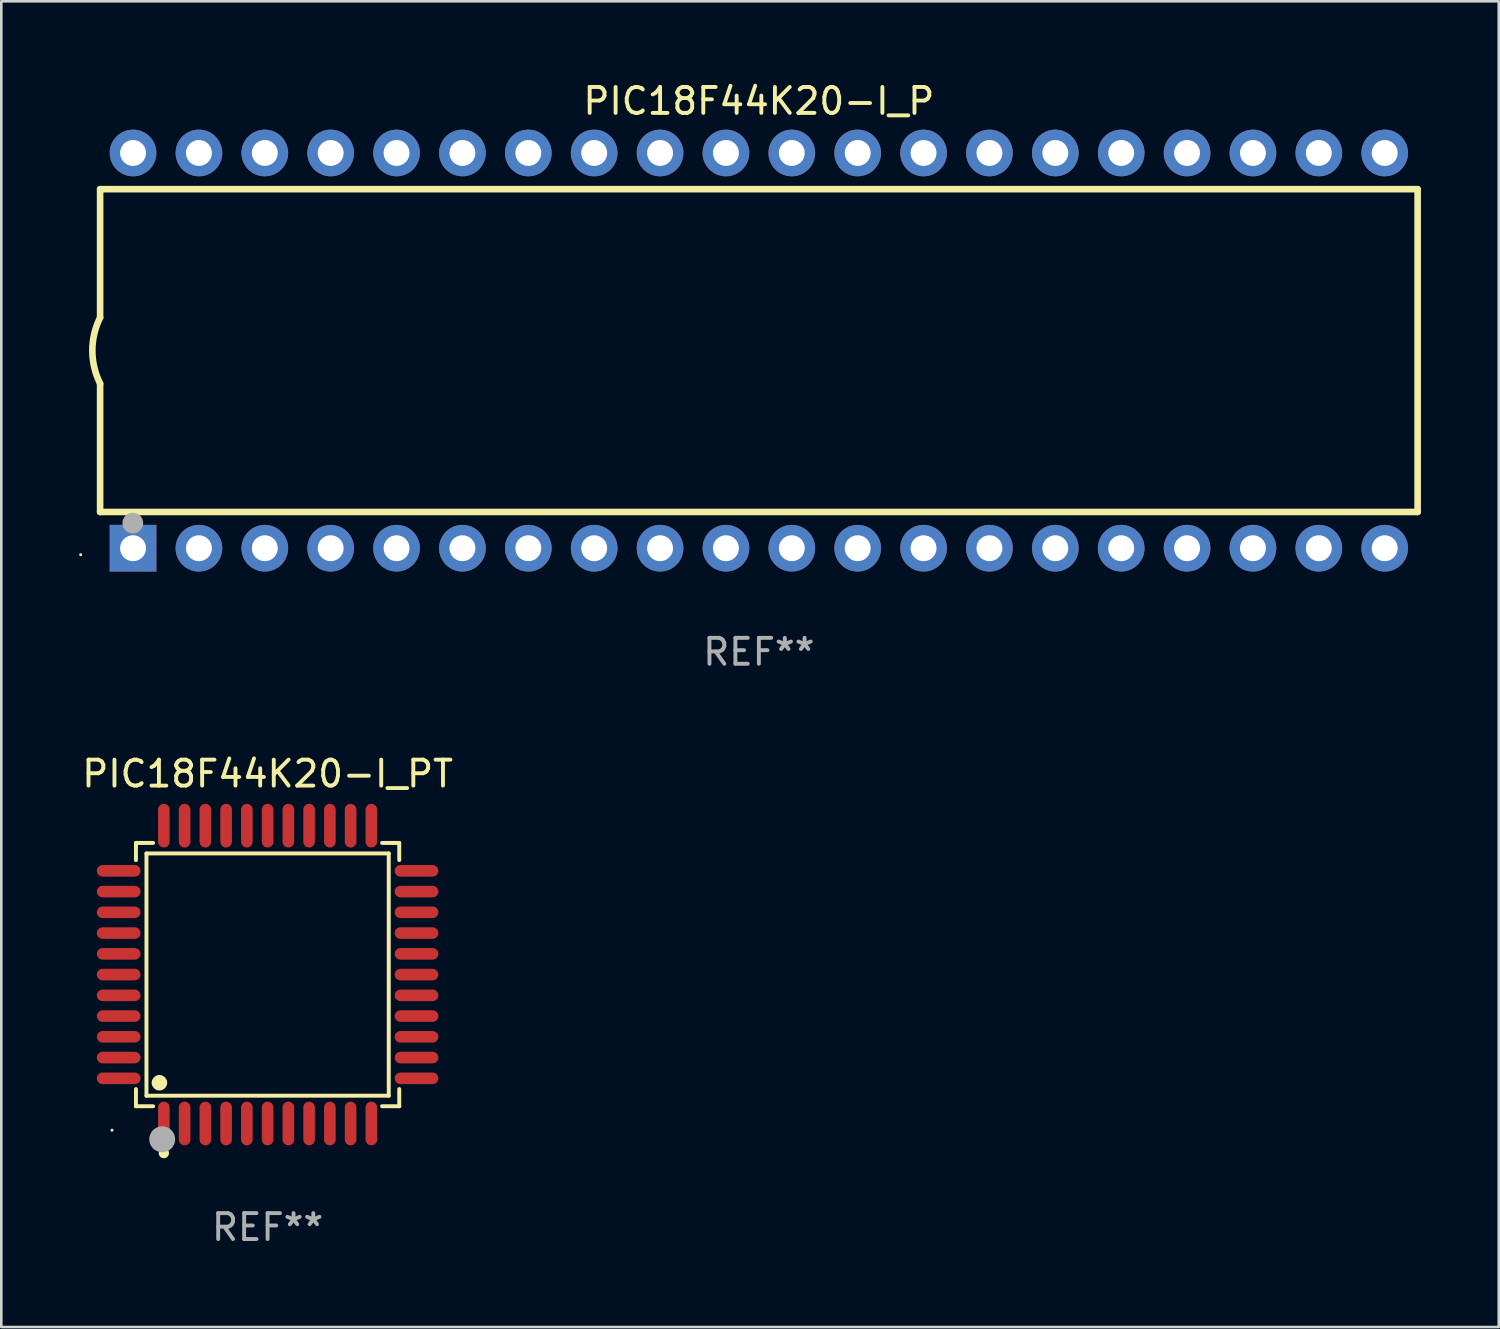
<source format=kicad_pcb>
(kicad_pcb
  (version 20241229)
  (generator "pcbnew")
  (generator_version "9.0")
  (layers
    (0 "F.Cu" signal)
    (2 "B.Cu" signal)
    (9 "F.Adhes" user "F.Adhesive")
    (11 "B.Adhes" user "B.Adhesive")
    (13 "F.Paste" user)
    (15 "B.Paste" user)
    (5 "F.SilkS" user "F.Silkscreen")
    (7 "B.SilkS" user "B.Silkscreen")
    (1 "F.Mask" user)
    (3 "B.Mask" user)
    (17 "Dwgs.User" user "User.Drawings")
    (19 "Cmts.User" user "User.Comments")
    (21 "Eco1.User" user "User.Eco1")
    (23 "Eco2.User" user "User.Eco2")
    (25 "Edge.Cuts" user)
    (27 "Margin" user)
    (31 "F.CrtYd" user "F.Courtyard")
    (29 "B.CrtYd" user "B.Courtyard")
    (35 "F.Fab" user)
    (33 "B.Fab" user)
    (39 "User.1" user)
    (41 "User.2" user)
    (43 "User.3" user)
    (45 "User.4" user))
  (footprint "PIC18F44K20-I_P"
    (layer "F.Cu")
    (at 26.21 10.468)
    (property "Reference" "PIC18F44K20-I_P" (at 0 -9.62 0) (layer "F.SilkS") (effects (font (size 1 1) (thickness 0.15))))
    (attr through_hole)
    (fp_line (start -25.4 -6.224) (end -25.4 -1.271) (stroke (width 0.254) (type solid)) (layer "F.SilkS"))
    (fp_line (start -25.4 -6.224) (end 25.4 -6.224) (stroke (width 0.254) (type solid)) (layer "F.SilkS"))
    (fp_line (start -25.4 1.269) (end -25.4 6.222) (stroke (width 0.254) (type solid)) (layer "F.SilkS"))
    (fp_line (start -25.4 6.222) (end 25.4 6.222) (stroke (width 0.254) (type solid)) (layer "F.SilkS"))
    (fp_line (start 25.4 6.222) (end 25.4 -6.224) (stroke (width 0.254) (type solid)) (layer "F.SilkS"))
    (fp_arc (start -25.4 1.269241) (mid -25.699807 -0.000762) (end -25.4 -1.270765) (stroke (width 0.254001) (type solid)) (layer "F.SilkS"))
    (fp_circle (center -26.15 7.87) (end -26.12 7.87) (stroke (width 0.06) (type solid)) (fill no) (layer "F.SilkS"))
    (fp_circle (center -24.14 6.65) (end -23.94 6.65) (stroke (width 0.4) (type solid)) (fill no) (layer "F.Fab"))
    (fp_text user "REF**" (at 0 11.62 0) (layer "F.Fab") (effects (font (size 1 1) (thickness 0.15))))
    (pad "1" thru_hole rect (at -24.13 7.62 90) (size 1.8 1.8) (drill 1) (layers "*.Cu" "*.Mask"))
    (pad "2" thru_hole circle (at -21.59 7.62) (size 1.8 1.8) (drill 1) (layers "*.Cu" "*.Mask"))
    (pad "3" thru_hole circle (at -19.05 7.62) (size 1.8 1.8) (drill 1) (layers "*.Cu" "*.Mask"))
    (pad "4" thru_hole circle (at -16.51 7.62) (size 1.8 1.8) (drill 1) (layers "*.Cu" "*.Mask"))
    (pad "5" thru_hole circle (at -13.97 7.62) (size 1.8 1.8) (drill 1) (layers "*.Cu" "*.Mask"))
    (pad "6" thru_hole circle (at -11.43 7.62) (size 1.8 1.8) (drill 1) (layers "*.Cu" "*.Mask"))
    (pad "7" thru_hole circle (at -8.89 7.62) (size 1.8 1.8) (drill 1) (layers "*.Cu" "*.Mask"))
    (pad "8" thru_hole circle (at -6.35 7.62) (size 1.8 1.8) (drill 1) (layers "*.Cu" "*.Mask"))
    (pad "9" thru_hole circle (at -3.81 7.62) (size 1.8 1.8) (drill 1) (layers "*.Cu" "*.Mask"))
    (pad "10" thru_hole circle (at -1.27 7.62) (size 1.8 1.8) (drill 1) (layers "*.Cu" "*.Mask"))
    (pad "11" thru_hole circle (at 1.27 7.62) (size 1.8 1.8) (drill 1) (layers "*.Cu" "*.Mask"))
    (pad "12" thru_hole circle (at 3.81 7.62) (size 1.8 1.8) (drill 1) (layers "*.Cu" "*.Mask"))
    (pad "13" thru_hole circle (at 6.35 7.62) (size 1.8 1.8) (drill 1) (layers "*.Cu" "*.Mask"))
    (pad "14" thru_hole circle (at 8.89 7.62) (size 1.8 1.8) (drill 1) (layers "*.Cu" "*.Mask"))
    (pad "15" thru_hole circle (at 11.43 7.62) (size 1.8 1.8) (drill 1) (layers "*.Cu" "*.Mask"))
    (pad "16" thru_hole circle (at 13.97 7.62) (size 1.8 1.8) (drill 1) (layers "*.Cu" "*.Mask"))
    (pad "17" thru_hole circle (at 16.51 7.62) (size 1.8 1.8) (drill 1) (layers "*.Cu" "*.Mask"))
    (pad "18" thru_hole circle (at 19.05 7.62) (size 1.8 1.8) (drill 1) (layers "*.Cu" "*.Mask"))
    (pad "19" thru_hole circle (at 21.59 7.62) (size 1.8 1.8) (drill 1) (layers "*.Cu" "*.Mask"))
    (pad "20" thru_hole circle (at 24.13 7.62) (size 1.8 1.8) (drill 1) (layers "*.Cu" "*.Mask"))
    (pad "21" thru_hole circle (at 24.13 -7.62) (size 1.8 1.8) (drill 1) (layers "*.Cu" "*.Mask"))
    (pad "22" thru_hole circle (at 21.59 -7.62) (size 1.8 1.8) (drill 1) (layers "*.Cu" "*.Mask"))
    (pad "23" thru_hole circle (at 19.05 -7.62) (size 1.8 1.8) (drill 1) (layers "*.Cu" "*.Mask"))
    (pad "24" thru_hole circle (at 16.51 -7.62) (size 1.8 1.8) (drill 1) (layers "*.Cu" "*.Mask"))
    (pad "25" thru_hole circle (at 13.97 -7.62) (size 1.8 1.8) (drill 1) (layers "*.Cu" "*.Mask"))
    (pad "26" thru_hole circle (at 11.43 -7.62) (size 1.8 1.8) (drill 1) (layers "*.Cu" "*.Mask"))
    (pad "27" thru_hole circle (at 8.89 -7.62) (size 1.8 1.8) (drill 1) (layers "*.Cu" "*.Mask"))
    (pad "28" thru_hole circle (at 6.35 -7.62) (size 1.8 1.8) (drill 1) (layers "*.Cu" "*.Mask"))
    (pad "29" thru_hole circle (at 3.81 -7.62) (size 1.8 1.8) (drill 1) (layers "*.Cu" "*.Mask"))
    (pad "30" thru_hole circle (at 1.27 -7.62) (size 1.8 1.8) (drill 1) (layers "*.Cu" "*.Mask"))
    (pad "31" thru_hole circle (at -1.27 -7.62) (size 1.8 1.8) (drill 1) (layers "*.Cu" "*.Mask"))
    (pad "32" thru_hole circle (at -3.81 -7.62) (size 1.8 1.8) (drill 1) (layers "*.Cu" "*.Mask"))
    (pad "33" thru_hole circle (at -6.35 -7.62) (size 1.8 1.8) (drill 1) (layers "*.Cu" "*.Mask"))
    (pad "34" thru_hole circle (at -8.89 -7.62) (size 1.8 1.8) (drill 1) (layers "*.Cu" "*.Mask"))
    (pad "35" thru_hole circle (at -11.43 -7.62) (size 1.8 1.8) (drill 1) (layers "*.Cu" "*.Mask"))
    (pad "36" thru_hole circle (at -13.97 -7.62) (size 1.8 1.8) (drill 1) (layers "*.Cu" "*.Mask"))
    (pad "37" thru_hole circle (at -16.51 -7.62) (size 1.8 1.8) (drill 1) (layers "*.Cu" "*.Mask"))
    (pad "38" thru_hole circle (at -19.05 -7.62) (size 1.8 1.8) (drill 1) (layers "*.Cu" "*.Mask"))
    (pad "39" thru_hole circle (at -21.59 -7.62) (size 1.8 1.8) (drill 1) (layers "*.Cu" "*.Mask"))
    (pad "40" thru_hole circle (at -24.13 -7.62) (size 1.8 1.8) (drill 1) (layers "*.Cu" "*.Mask")))
  (footprint "PIC18F44K20-I_PT"
    (layer "F.Cu")
    (at 7.268 34.527)
    (property "Reference" "PIC18F44K20-I_PT" (at 0 -7.742 0) (layer "F.SilkS") (effects (font (size 1 1) (thickness 0.15))))
    (attr through_hole)
    (fp_line (start -5.076 -5.076) (end -4.415 -5.076) (stroke (width 0.152) (type solid)) (layer "F.SilkS"))
    (fp_line (start -5.076 -4.415) (end -5.076 -5.076) (stroke (width 0.152) (type solid)) (layer "F.SilkS"))
    (fp_line (start -5.076 4.415) (end -5.076 5.076) (stroke (width 0.152) (type solid)) (layer "F.SilkS"))
    (fp_line (start -5.076 5.076) (end -4.415 5.076) (stroke (width 0.152) (type solid)) (layer "F.SilkS"))
    (fp_line (start -4.671 -4.671) (end 4.671 -4.671) (stroke (width 0.152) (type solid)) (layer "F.SilkS"))
    (fp_line (start -4.671 4.671) (end -4.671 -4.671) (stroke (width 0.152) (type solid)) (layer "F.SilkS"))
    (fp_line (start 4.671 -4.671) (end 4.671 4.671) (stroke (width 0.152) (type solid)) (layer "F.SilkS"))
    (fp_line (start 4.671 4.671) (end -4.671 4.671) (stroke (width 0.152) (type solid)) (layer "F.SilkS"))
    (fp_line (start 5.076 -5.076) (end 4.415 -5.076) (stroke (width 0.152) (type solid)) (layer "F.SilkS"))
    (fp_line (start 5.076 -4.415) (end 5.076 -5.076) (stroke (width 0.152) (type solid)) (layer "F.SilkS"))
    (fp_line (start 5.076 4.415) (end 5.076 5.076) (stroke (width 0.152) (type solid)) (layer "F.SilkS"))
    (fp_line (start 5.076 5.076) (end 4.415 5.076) (stroke (width 0.152) (type solid)) (layer "F.SilkS"))
    (fp_circle (center -6 6) (end -5.97 6) (stroke (width 0.06) (type solid)) (fill no) (layer "F.SilkS"))
    (fp_circle (center -4.171 4.171) (end -4.021 4.171) (stroke (width 0.3) (type solid)) (fill no) (layer "F.SilkS"))
    (fp_circle (center -4 6.884) (end -3.9 6.884) (stroke (width 0.2) (type solid)) (fill no) (layer "F.SilkS"))
    (fp_circle (center -4.064 6.35) (end -3.814 6.35) (stroke (width 0.5) (type solid)) (fill no) (layer "F.Fab"))
    (fp_text user "REF**" (at 0 9.742 0) (layer "F.Fab") (effects (font (size 1 1) (thickness 0.15))))
    (pad "1" smd oval (at -4 5.742) (size 0.448 1.684) (layers "F.Cu" "F.Mask" "F.Paste"))
    (pad "2" smd oval (at -3.2 5.742) (size 0.448 1.684) (layers "F.Cu" "F.Mask" "F.Paste"))
    (pad "3" smd oval (at -2.4 5.742) (size 0.448 1.684) (layers "F.Cu" "F.Mask" "F.Paste"))
    (pad "4" smd oval (at -1.6 5.742) (size 0.448 1.684) (layers "F.Cu" "F.Mask" "F.Paste"))
    (pad "5" smd oval (at -0.8 5.742) (size 0.448 1.684) (layers "F.Cu" "F.Mask" "F.Paste"))
    (pad "6" smd oval (at 0 5.742) (size 0.448 1.684) (layers "F.Cu" "F.Mask" "F.Paste"))
    (pad "7" smd oval (at 0.8 5.742) (size 0.448 1.684) (layers "F.Cu" "F.Mask" "F.Paste"))
    (pad "8" smd oval (at 1.6 5.742) (size 0.448 1.684) (layers "F.Cu" "F.Mask" "F.Paste"))
    (pad "9" smd oval (at 2.4 5.742) (size 0.448 1.684) (layers "F.Cu" "F.Mask" "F.Paste"))
    (pad "10" smd oval (at 3.2 5.742) (size 0.448 1.684) (layers "F.Cu" "F.Mask" "F.Paste"))
    (pad "11" smd oval (at 4 5.742) (size 0.448 1.684) (layers "F.Cu" "F.Mask" "F.Paste"))
    (pad "12" smd oval (at 5.742 4) (size 1.684 0.448) (layers "F.Cu" "F.Mask" "F.Paste"))
    (pad "13" smd oval (at 5.742 3.2) (size 1.684 0.448) (layers "F.Cu" "F.Mask" "F.Paste"))
    (pad "14" smd oval (at 5.742 2.4) (size 1.684 0.448) (layers "F.Cu" "F.Mask" "F.Paste"))
    (pad "15" smd oval (at 5.742 1.6) (size 1.684 0.448) (layers "F.Cu" "F.Mask" "F.Paste"))
    (pad "16" smd oval (at 5.742 0.8) (size 1.684 0.448) (layers "F.Cu" "F.Mask" "F.Paste"))
    (pad "17" smd oval (at 5.742 0) (size 1.684 0.448) (layers "F.Cu" "F.Mask" "F.Paste"))
    (pad "18" smd oval (at 5.742 -0.8) (size 1.684 0.448) (layers "F.Cu" "F.Mask" "F.Paste"))
    (pad "19" smd oval (at 5.742 -1.6) (size 1.684 0.448) (layers "F.Cu" "F.Mask" "F.Paste"))
    (pad "20" smd oval (at 5.742 -2.4) (size 1.684 0.448) (layers "F.Cu" "F.Mask" "F.Paste"))
    (pad "21" smd oval (at 5.742 -3.2) (size 1.684 0.448) (layers "F.Cu" "F.Mask" "F.Paste"))
    (pad "22" smd oval (at 5.742 -4) (size 1.684 0.448) (layers "F.Cu" "F.Mask" "F.Paste"))
    (pad "23" smd oval (at 4 -5.742) (size 0.448 1.684) (layers "F.Cu" "F.Mask" "F.Paste"))
    (pad "24" smd oval (at 3.2 -5.742) (size 0.448 1.684) (layers "F.Cu" "F.Mask" "F.Paste"))
    (pad "25" smd oval (at 2.4 -5.742) (size 0.448 1.684) (layers "F.Cu" "F.Mask" "F.Paste"))
    (pad "26" smd oval (at 1.6 -5.742) (size 0.448 1.684) (layers "F.Cu" "F.Mask" "F.Paste"))
    (pad "27" smd oval (at 0.8 -5.742) (size 0.448 1.684) (layers "F.Cu" "F.Mask" "F.Paste"))
    (pad "28" smd oval (at 0 -5.742) (size 0.448 1.684) (layers "F.Cu" "F.Mask" "F.Paste"))
    (pad "29" smd oval (at -0.8 -5.742) (size 0.448 1.684) (layers "F.Cu" "F.Mask" "F.Paste"))
    (pad "30" smd oval (at -1.6 -5.742) (size 0.448 1.684) (layers "F.Cu" "F.Mask" "F.Paste"))
    (pad "31" smd oval (at -2.4 -5.742) (size 0.448 1.684) (layers "F.Cu" "F.Mask" "F.Paste"))
    (pad "32" smd oval (at -3.2 -5.742) (size 0.448 1.684) (layers "F.Cu" "F.Mask" "F.Paste"))
    (pad "33" smd oval (at -4 -5.742) (size 0.448 1.684) (layers "F.Cu" "F.Mask" "F.Paste"))
    (pad "34" smd oval (at -5.742 -4) (size 1.684 0.448) (layers "F.Cu" "F.Mask" "F.Paste"))
    (pad "35" smd oval (at -5.742 -3.2) (size 1.684 0.448) (layers "F.Cu" "F.Mask" "F.Paste"))
    (pad "36" smd oval (at -5.742 -2.4) (size 1.684 0.448) (layers "F.Cu" "F.Mask" "F.Paste"))
    (pad "37" smd oval (at -5.742 -1.6) (size 1.684 0.448) (layers "F.Cu" "F.Mask" "F.Paste"))
    (pad "38" smd oval (at -5.742 -0.8) (size 1.684 0.448) (layers "F.Cu" "F.Mask" "F.Paste"))
    (pad "39" smd oval (at -5.742 0) (size 1.684 0.448) (layers "F.Cu" "F.Mask" "F.Paste"))
    (pad "40" smd oval (at -5.742 0.8) (size 1.684 0.448) (layers "F.Cu" "F.Mask" "F.Paste"))
    (pad "41" smd oval (at -5.742 1.6) (size 1.684 0.448) (layers "F.Cu" "F.Mask" "F.Paste"))
    (pad "42" smd oval (at -5.742 2.4) (size 1.684 0.448) (layers "F.Cu" "F.Mask" "F.Paste"))
    (pad "43" smd oval (at -5.742 3.2) (size 1.684 0.448) (layers "F.Cu" "F.Mask" "F.Paste"))
    (pad "44" smd oval (at -5.742 4) (size 1.684 0.448) (layers "F.Cu" "F.Mask" "F.Paste")))
  (gr_rect
    (start -3 -3)
    (end 54.737 48.117)
    (stroke (width 0.1) (type default))
    (fill no)
    (layer "Edge.Cuts")))
</source>
